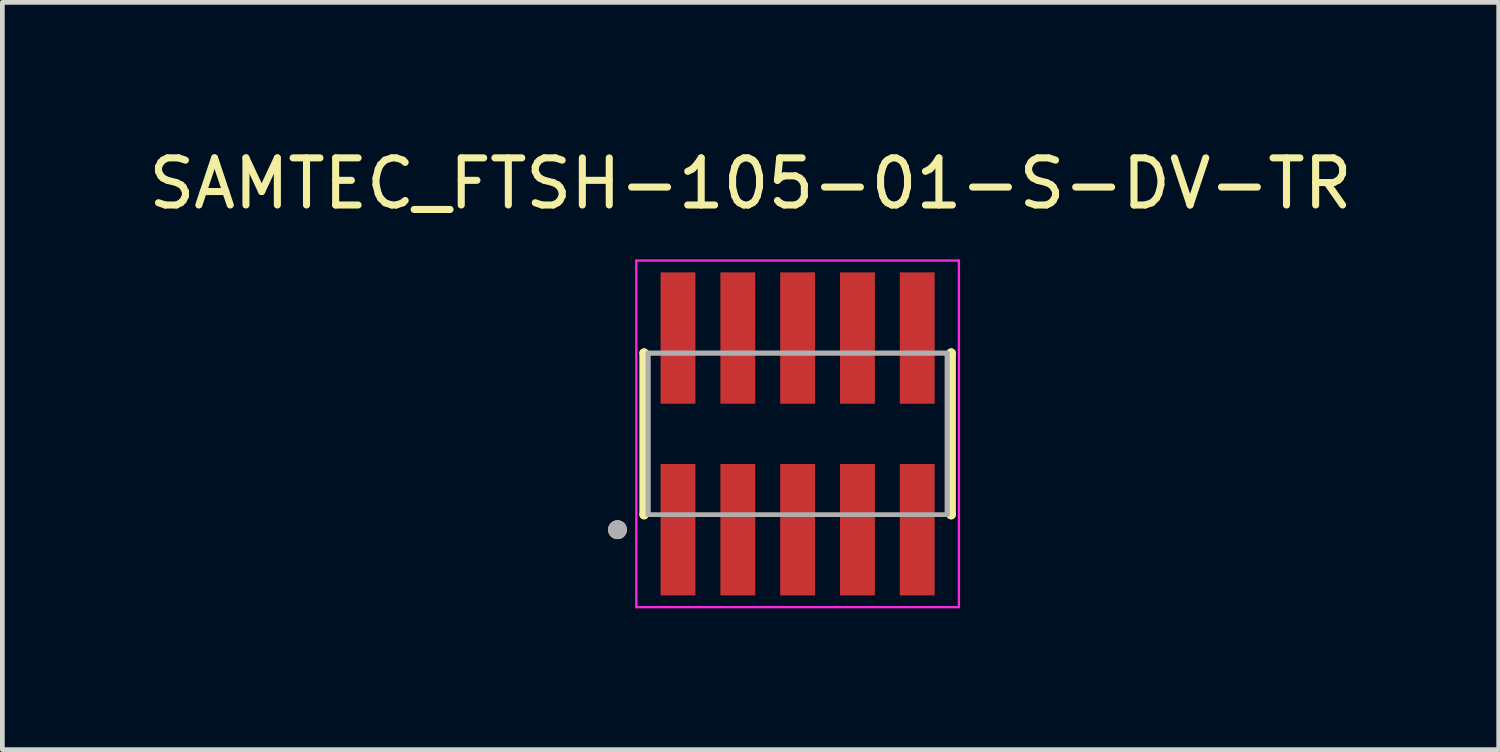
<source format=kicad_pcb>
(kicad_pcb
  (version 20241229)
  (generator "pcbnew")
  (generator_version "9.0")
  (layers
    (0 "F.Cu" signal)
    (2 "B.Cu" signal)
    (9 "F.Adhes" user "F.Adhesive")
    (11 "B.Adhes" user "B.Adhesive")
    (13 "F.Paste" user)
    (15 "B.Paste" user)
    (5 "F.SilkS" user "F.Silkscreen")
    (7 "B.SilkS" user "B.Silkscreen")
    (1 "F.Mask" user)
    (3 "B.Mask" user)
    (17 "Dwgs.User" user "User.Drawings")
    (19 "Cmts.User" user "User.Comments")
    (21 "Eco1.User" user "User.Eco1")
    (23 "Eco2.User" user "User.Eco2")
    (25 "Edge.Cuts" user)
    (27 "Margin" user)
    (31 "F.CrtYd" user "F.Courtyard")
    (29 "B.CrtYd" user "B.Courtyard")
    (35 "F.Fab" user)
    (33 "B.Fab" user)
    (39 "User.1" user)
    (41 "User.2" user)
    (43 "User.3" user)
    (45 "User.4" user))
  (footprint "SAMTEC_FTSH-105-01-S-DV-TR"
    (layer "F.Cu")
    (at 13.887 6.163)
    (property "Reference" "SAMTEC_FTSH-105-01-S-DV-TR" (at -1 -5.315 0) (layer "F.SilkS") (effects (font (size 1 1) (thickness 0.15))))
    (attr smd)
    (fp_line (start -3.26 -1.715) (end -3.26 -1.715) (stroke (width 0.2) (type solid)) (layer "F.SilkS"))
    (fp_line (start -3.26 1.715) (end -3.26 -1.715) (stroke (width 0.2) (type solid)) (layer "F.SilkS"))
    (fp_line (start -3.26 1.715) (end -3.26 1.715) (stroke (width 0.2) (type solid)) (layer "F.SilkS"))
    (fp_line (start 3.26 -1.715) (end 3.26 -1.715) (stroke (width 0.2) (type solid)) (layer "F.SilkS"))
    (fp_line (start 3.26 -1.715) (end 3.26 1.715) (stroke (width 0.2) (type solid)) (layer "F.SilkS"))
    (fp_line (start 3.26 1.715) (end 3.26 1.715) (stroke (width 0.2) (type solid)) (layer "F.SilkS"))
    (fp_circle (center -3.825 2.035) (end -3.725 2.035) (stroke (width 0.2) (type solid)) (fill no) (layer "F.SilkS"))
    (fp_line (start -3.425 -3.68) (end 3.425 -3.68) (stroke (width 0.05) (type solid)) (layer "F.CrtYd"))
    (fp_line (start -3.425 3.68) (end -3.425 -3.68) (stroke (width 0.05) (type solid)) (layer "F.CrtYd"))
    (fp_line (start 3.425 -3.68) (end 3.425 3.68) (stroke (width 0.05) (type solid)) (layer "F.CrtYd"))
    (fp_line (start 3.425 3.68) (end -3.425 3.68) (stroke (width 0.05) (type solid)) (layer "F.CrtYd"))
    (fp_line (start -3.175 -1.715) (end 3.175 -1.715) (stroke (width 0.1) (type solid)) (layer "F.Fab"))
    (fp_line (start -3.175 -1.715) (end 3.175 -1.715) (stroke (width 0.1) (type solid)) (layer "F.Fab"))
    (fp_line (start -3.175 1.715) (end -3.175 -1.715) (stroke (width 0.1) (type solid)) (layer "F.Fab"))
    (fp_line (start -3.175 1.715) (end -3.175 -1.715) (stroke (width 0.1) (type solid)) (layer "F.Fab"))
    (fp_line (start 3.175 -1.715) (end 3.175 1.715) (stroke (width 0.1) (type solid)) (layer "F.Fab"))
    (fp_line (start 3.175 -1.715) (end 3.175 1.715) (stroke (width 0.1) (type solid)) (layer "F.Fab"))
    (fp_line (start 3.175 1.715) (end -3.175 1.715) (stroke (width 0.1) (type solid)) (layer "F.Fab"))
    (fp_circle (center -3.825 2.035) (end -3.725 2.035) (stroke (width 0.2) (type solid)) (fill no) (layer "F.Fab"))
    (pad "01" smd rect (at -2.54 2.035) (size 0.74 2.79) (layers "F.Cu" "F.Mask" "F.Paste"))
    (pad "02" smd rect (at -2.54 -2.035) (size 0.74 2.79) (layers "F.Cu" "F.Mask" "F.Paste"))
    (pad "03" smd rect (at -1.27 2.035) (size 0.74 2.79) (layers "F.Cu" "F.Mask" "F.Paste"))
    (pad "04" smd rect (at -1.27 -2.035) (size 0.74 2.79) (layers "F.Cu" "F.Mask" "F.Paste"))
    (pad "05" smd rect (at 0 2.035) (size 0.74 2.79) (layers "F.Cu" "F.Mask" "F.Paste"))
    (pad "06" smd rect (at 0 -2.035) (size 0.74 2.79) (layers "F.Cu" "F.Mask" "F.Paste"))
    (pad "07" smd rect (at 1.27 2.035) (size 0.74 2.79) (layers "F.Cu" "F.Mask" "F.Paste"))
    (pad "08" smd rect (at 1.27 -2.035) (size 0.74 2.79) (layers "F.Cu" "F.Mask" "F.Paste"))
    (pad "09" smd rect (at 2.54 2.035) (size 0.74 2.79) (layers "F.Cu" "F.Mask" "F.Paste"))
    (pad "10" smd rect (at 2.54 -2.035) (size 0.74 2.79) (layers "F.Cu" "F.Mask" "F.Paste")))
  (gr_rect
    (start -3 -3)
    (end 28.774 12.868)
    (stroke (width 0.1) (type default))
    (fill no)
    (layer "Edge.Cuts")))
</source>
